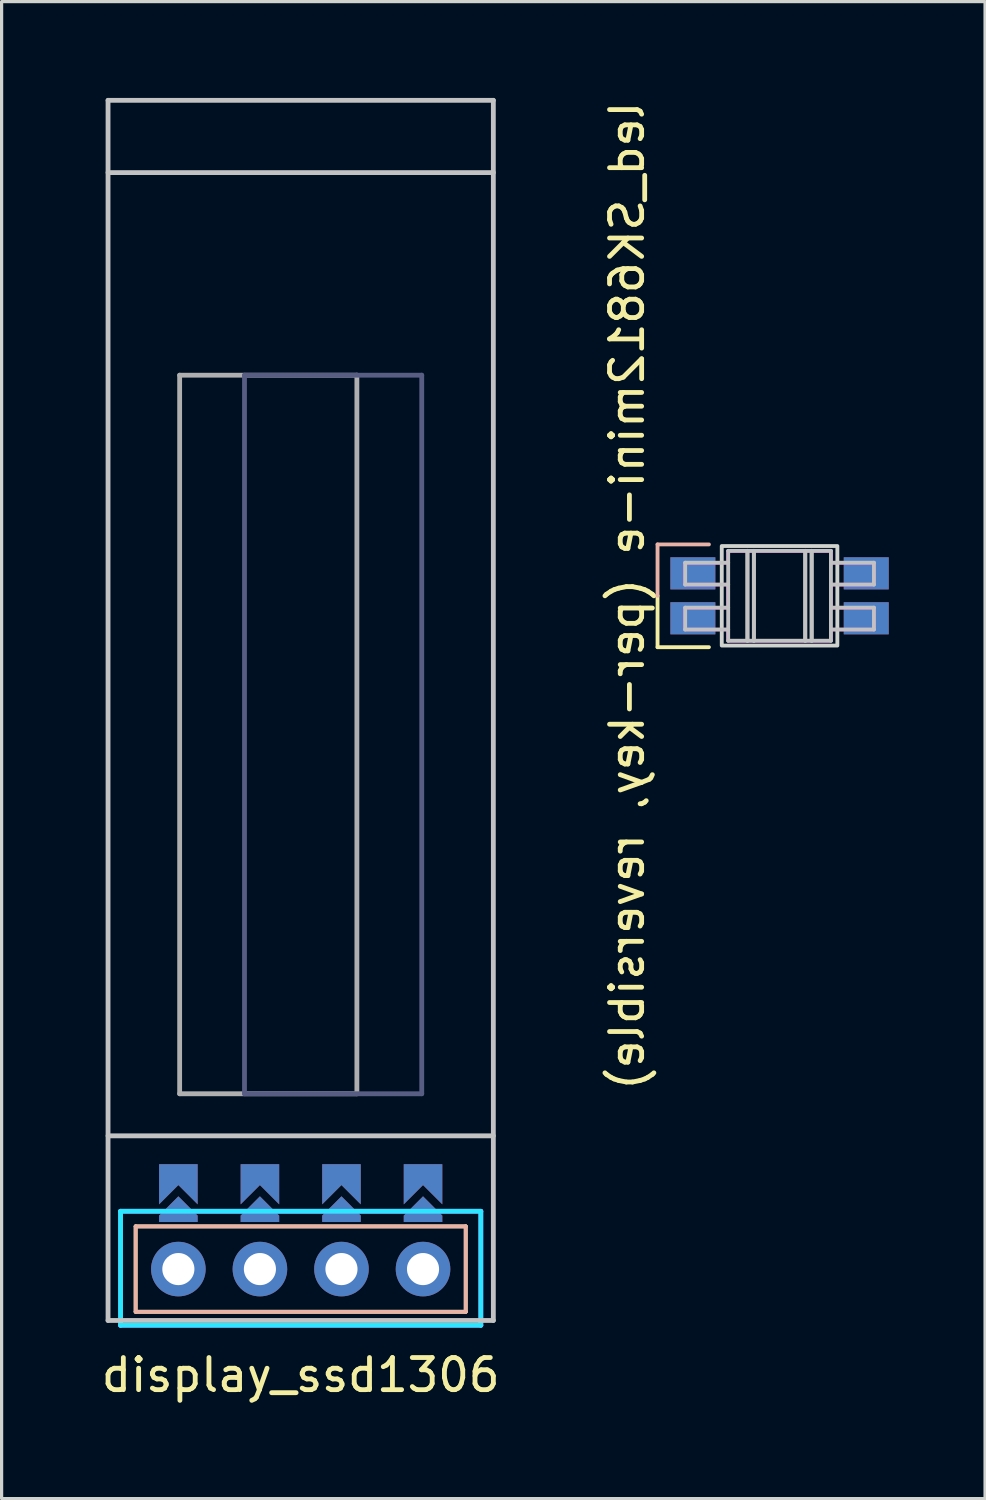
<source format=kicad_pcb>
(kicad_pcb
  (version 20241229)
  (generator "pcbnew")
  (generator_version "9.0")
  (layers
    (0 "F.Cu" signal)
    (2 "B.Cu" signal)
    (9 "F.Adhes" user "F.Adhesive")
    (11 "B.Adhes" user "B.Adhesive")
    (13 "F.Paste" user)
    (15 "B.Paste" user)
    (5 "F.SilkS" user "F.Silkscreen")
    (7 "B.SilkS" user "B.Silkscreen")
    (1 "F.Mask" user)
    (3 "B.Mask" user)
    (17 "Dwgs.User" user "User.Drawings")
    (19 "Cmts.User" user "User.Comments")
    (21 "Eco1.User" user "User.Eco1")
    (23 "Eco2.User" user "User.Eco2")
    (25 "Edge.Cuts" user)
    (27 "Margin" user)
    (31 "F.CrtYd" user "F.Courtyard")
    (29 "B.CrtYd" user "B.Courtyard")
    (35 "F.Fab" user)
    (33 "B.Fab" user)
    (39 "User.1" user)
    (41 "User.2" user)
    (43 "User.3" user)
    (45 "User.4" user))
  (footprint "display_ssd1306"
    (layer "F.Cu")
    (at 6.315 19.775)
    (property "Reference" "display_ssd1306" (at 0 20 0) (layer "F.SilkS") (effects (font (size 1 1) (thickness 0.15))))
    (attr exclude_from_pos_files exclude_from_bom)
    (fp_line (start -5.14 15.37) (end -5.14 18.03) (stroke (width 0.12) (type solid)) (layer "F.SilkS"))
    (fp_line (start 5.14 15.37) (end -5.14 15.37) (stroke (width 0.12) (type solid)) (layer "F.SilkS"))
    (fp_line (start 5.14 15.37) (end 5.14 18.03) (stroke (width 0.12) (type solid)) (layer "F.SilkS"))
    (fp_line (start 5.14 18.03) (end -5.14 18.03) (stroke (width 0.12) (type solid)) (layer "F.SilkS"))
    (fp_line (start -5.14 15.37) (end -5.14 18.03) (stroke (width 0.12) (type solid)) (layer "B.SilkS"))
    (fp_line (start 5.14 15.37) (end -5.14 15.37) (stroke (width 0.12) (type solid)) (layer "B.SilkS"))
    (fp_line (start 5.14 15.37) (end 5.14 18.03) (stroke (width 0.12) (type solid)) (layer "B.SilkS"))
    (fp_line (start 5.14 18.03) (end -5.14 18.03) (stroke (width 0.12) (type solid)) (layer "B.SilkS"))
    (fp_line (start -6 -19.7) (end -6 18.3) (stroke (width 0.15) (type solid)) (layer "Dwgs.User"))
    (fp_line (start -6 -19.7) (end 6 -19.7) (stroke (width 0.15) (type solid)) (layer "Dwgs.User"))
    (fp_line (start -6 -17.45) (end 6 -17.45) (stroke (width 0.15) (type solid)) (layer "Dwgs.User"))
    (fp_line (start -6 12.55) (end 6 12.55) (stroke (width 0.15) (type solid)) (layer "Dwgs.User"))
    (fp_line (start -6 18.3) (end 6 18.3) (stroke (width 0.15) (type solid)) (layer "Dwgs.User"))
    (fp_line (start 6 -19.7) (end 6 18.3) (stroke (width 0.15) (type solid)) (layer "Dwgs.User"))
    (fp_line (start -5.61 14.9) (end 5.61 14.9) (stroke (width 0.15) (type solid)) (layer "B.CrtYd"))
    (fp_line (start -5.61 18.45) (end -5.61 14.9) (stroke (width 0.15) (type solid)) (layer "B.CrtYd"))
    (fp_line (start 5.61 14.9) (end 5.61 18.45) (stroke (width 0.15) (type solid)) (layer "B.CrtYd"))
    (fp_line (start 5.61 18.45) (end -5.61 18.45) (stroke (width 0.15) (type solid)) (layer "B.CrtYd"))
    (fp_line (start -5.61 14.9) (end 5.61 14.9) (stroke (width 0.15) (type solid)) (layer "F.CrtYd"))
    (fp_line (start -5.61 18.45) (end -5.61 14.9) (stroke (width 0.15) (type solid)) (layer "F.CrtYd"))
    (fp_line (start 5.61 14.9) (end 5.61 18.45) (stroke (width 0.15) (type solid)) (layer "F.CrtYd"))
    (fp_line (start 5.61 18.45) (end -5.61 18.45) (stroke (width 0.15) (type solid)) (layer "F.CrtYd"))
    (fp_line (start -1.75 -11.14) (end -1.75 11.24) (stroke (width 0.15) (type solid)) (layer "B.Fab"))
    (fp_line (start 3.77 -11.14) (end -1.75 -11.14) (stroke (width 0.15) (type solid)) (layer "B.Fab"))
    (fp_line (start 3.77 -11.14) (end 3.77 11.24) (stroke (width 0.15) (type solid)) (layer "B.Fab"))
    (fp_line (start 3.77 11.24) (end -1.75 11.24) (stroke (width 0.15) (type solid)) (layer "B.Fab"))
    (fp_line (start -3.77 -11.14) (end -3.77 11.24) (stroke (width 0.15) (type solid)) (layer "F.Fab"))
    (fp_line (start -3.77 -11.14) (end 1.75 -11.14) (stroke (width 0.15) (type solid)) (layer "F.Fab"))
    (fp_line (start -3.77 11.24) (end 1.75 11.24) (stroke (width 0.15) (type solid)) (layer "F.Fab"))
    (fp_line (start 1.75 -11.14) (end 1.75 11.24) (stroke (width 0.15) (type solid)) (layer "F.Fab"))
    (pad "1" smd custom (at -3.81 13.684 180) (size 1.2 0.5) (layers "B.Cu" "B.Mask" "B.Paste") (options (anchor rect)) (primitives (gr_poly (pts (xy 0.6 0) (xy -0.6 0) (xy -0.6 -1) (xy 0 -0.4) (xy 0.6 -1)) (width 0) (fill yes))))
    (pad "1" smd custom (at 3.81 13.684 180) (size 1.2 0.5) (layers "F.Cu" "F.Mask" "F.Paste") (options (anchor rect)) (primitives (gr_poly (pts (xy 0.6 0) (xy -0.6 0) (xy -0.6 -1) (xy 0 -0.4) (xy 0.6 -1)) (width 0) (fill yes))))
    (pad "2" smd custom (at -1.27 13.684 180) (size 1.2 0.5) (layers "B.Cu" "B.Mask" "B.Paste") (options (anchor rect)) (primitives (gr_poly (pts (xy 0.6 0) (xy -0.6 0) (xy -0.6 -1) (xy 0 -0.4) (xy 0.6 -1)) (width 0) (fill yes))))
    (pad "2" smd custom (at 1.27 13.684 180) (size 1.2 0.5) (layers "F.Cu" "F.Mask" "F.Paste") (options (anchor rect)) (primitives (gr_poly (pts (xy 0.6 0) (xy -0.6 0) (xy -0.6 -1) (xy 0 -0.4) (xy 0.6 -1)) (width 0) (fill yes))))
    (pad "3" smd custom (at -1.27 13.684 180) (size 1.2 0.5) (layers "F.Cu" "F.Mask" "F.Paste") (options (anchor rect)) (primitives (gr_poly (pts (xy 0.6 0) (xy -0.6 0) (xy -0.6 -1) (xy 0 -0.4) (xy 0.6 -1)) (width 0) (fill yes))))
    (pad "3" smd custom (at 1.27 13.684 180) (size 1.2 0.5) (layers "B.Cu" "B.Mask" "B.Paste") (options (anchor rect)) (primitives (gr_poly (pts (xy 0.6 0) (xy -0.6 0) (xy -0.6 -1) (xy 0 -0.4) (xy 0.6 -1)) (width 0) (fill yes))))
    (pad "4" smd custom (at -3.81 13.684 180) (size 1.2 0.5) (layers "F.Cu" "F.Mask" "F.Paste") (options (anchor rect)) (primitives (gr_poly (pts (xy 0.6 0) (xy -0.6 0) (xy -0.6 -1) (xy 0 -0.4) (xy 0.6 -1)) (width 0) (fill yes))))
    (pad "4" smd custom (at 3.81 13.684 180) (size 1.2 0.5) (layers "B.Cu" "B.Mask" "B.Paste") (options (anchor rect)) (primitives (gr_poly (pts (xy 0.6 0) (xy -0.6 0) (xy -0.6 -1) (xy 0 -0.4) (xy 0.6 -1)) (width 0) (fill yes))))
    (pad "21" smd custom (at -3.81 14.834 180) (size 0.1 0.1) (layers "F.Cu" "F.Mask" "F.Paste") (options (anchor rect)) (primitives (gr_poly (pts (xy 0.6 -0.4) (xy -0.6 -0.4) (xy -0.6 -0.2) (xy 0 0.4) (xy 0.6 -0.2)) (width 0) (fill yes))))
    (pad "21" smd custom (at -3.81 14.834 180) (size 0.1 0.1) (layers "B.Cu" "B.Mask" "B.Paste") (options (anchor rect)) (primitives (gr_poly (pts (xy 0.6 -0.4) (xy -0.6 -0.4) (xy -0.6 -0.2) (xy 0 0.4) (xy 0.6 -0.2)) (width 0) (fill yes))))
    (pad "21" thru_hole circle (at -3.81 16.7 270) (size 1.7 1.7) (drill 1) (layers "*.Cu" "*.Mask"))
    (pad "22" smd custom (at -1.27 14.834 180) (size 0.1 0.1) (layers "F.Cu" "F.Mask" "F.Paste") (options (anchor rect)) (primitives (gr_poly (pts (xy 0.6 -0.4) (xy -0.6 -0.4) (xy -0.6 -0.2) (xy 0 0.4) (xy 0.6 -0.2)) (width 0) (fill yes))))
    (pad "22" smd custom (at -1.27 14.834 180) (size 0.1 0.1) (layers "B.Cu" "B.Mask" "B.Paste") (options (anchor rect)) (primitives (gr_poly (pts (xy 0.6 -0.4) (xy -0.6 -0.4) (xy -0.6 -0.2) (xy 0 0.4) (xy 0.6 -0.2)) (width 0) (fill yes))))
    (pad "22" thru_hole circle (at -1.27 16.7 270) (size 1.7 1.7) (drill 1) (layers "*.Cu" "*.Mask"))
    (pad "23" smd custom (at 1.27 14.834 180) (size 0.1 0.1) (layers "F.Cu" "F.Mask" "F.Paste") (options (anchor rect)) (primitives (gr_poly (pts (xy 0.6 -0.4) (xy -0.6 -0.4) (xy -0.6 -0.2) (xy 0 0.4) (xy 0.6 -0.2)) (width 0) (fill yes))))
    (pad "23" smd custom (at 1.27 14.834 180) (size 0.1 0.1) (layers "B.Cu" "B.Mask" "B.Paste") (options (anchor rect)) (primitives (gr_poly (pts (xy 0.6 -0.4) (xy -0.6 -0.4) (xy -0.6 -0.2) (xy 0 0.4) (xy 0.6 -0.2)) (width 0) (fill yes))))
    (pad "23" thru_hole circle (at 1.27 16.7 270) (size 1.7 1.7) (drill 1) (layers "*.Cu" "*.Mask"))
    (pad "24" smd custom (at 3.81 14.834 180) (size 0.1 0.1) (layers "F.Cu" "F.Mask" "F.Paste") (options (anchor rect)) (primitives (gr_poly (pts (xy 0.6 -0.4) (xy -0.6 -0.4) (xy -0.6 -0.2) (xy 0 0.4) (xy 0.6 -0.2)) (width 0) (fill yes))))
    (pad "24" smd custom (at 3.81 14.834 180) (size 0.1 0.1) (layers "B.Cu" "B.Mask" "B.Paste") (options (anchor rect)) (primitives (gr_poly (pts (xy 0.6 -0.4) (xy -0.6 -0.4) (xy -0.6 -0.2) (xy 0 0.4) (xy 0.6 -0.2)) (width 0) (fill yes))))
    (pad "24" thru_hole circle (at 3.81 16.7 270) (size 1.7 1.7) (drill 1) (layers "*.Cu" "*.Mask")))
  (footprint "led_SK6812mini-e (per-key, reversible)"
    (layer "F.Cu")
    (at 21.229 15.506)
    (property "Reference" "led_SK6812mini-e (per-key, reversible)" (at -4.75 0 90) (layer "F.SilkS") (effects (font (size 1 1) (thickness 0.15)) (justify mirror)))
    (attr smd exclude_from_pos_files exclude_from_bom)
    (fp_line (start -3.8 1.6) (end -3.8 0) (stroke (width 0.12) (type solid)) (layer "F.SilkS"))
    (fp_line (start -2.2 1.6) (end -3.8 1.6) (stroke (width 0.12) (type solid)) (layer "F.SilkS"))
    (fp_line (start -3.8 -1.6) (end -3.8 0) (stroke (width 0.12) (type solid)) (layer "B.SilkS"))
    (fp_line (start -2.2 -1.6) (end -3.8 -1.6) (stroke (width 0.12) (type solid)) (layer "B.SilkS"))
    (fp_line (start -2.94 -1.03) (end -2.94 -0.35) (stroke (width 0.12) (type solid)) (layer "Dwgs.User"))
    (fp_line (start -2.94 -0.35) (end -1.6 -0.35) (stroke (width 0.12) (type solid)) (layer "Dwgs.User"))
    (fp_line (start -2.94 0.37) (end -2.94 1.05) (stroke (width 0.12) (type solid)) (layer "Dwgs.User"))
    (fp_line (start -2.94 1.05) (end -1.6 1.05) (stroke (width 0.12) (type solid)) (layer "Dwgs.User"))
    (fp_line (start -1.6 -1.4) (end -1.6 1.4) (stroke (width 0.12) (type solid)) (layer "Dwgs.User"))
    (fp_line (start -1.6 -1.03) (end -2.94 -1.03) (stroke (width 0.12) (type solid)) (layer "Dwgs.User"))
    (fp_line (start -1.6 0.37) (end -2.94 0.37) (stroke (width 0.12) (type solid)) (layer "Dwgs.User"))
    (fp_line (start -1 -1.4) (end -1 1.4) (stroke (width 0.12) (type solid)) (layer "Dwgs.User"))
    (fp_line (start -1 -1.4) (end -1 1.4) (stroke (width 0.12) (type solid)) (layer "Dwgs.User"))
    (fp_line (start -0.8 -1.4) (end -0.8 1.4) (stroke (width 0.12) (type solid)) (layer "Dwgs.User"))
    (fp_line (start -0.8 -1.4) (end -0.8 1.4) (stroke (width 0.12) (type solid)) (layer "Dwgs.User"))
    (fp_line (start 0.8 -1.4) (end 0.8 1.4) (stroke (width 0.12) (type solid)) (layer "Dwgs.User"))
    (fp_line (start 0.8 -1.4) (end 0.8 1.4) (stroke (width 0.12) (type solid)) (layer "Dwgs.User"))
    (fp_line (start 1 -1.4) (end 1 1.4) (stroke (width 0.12) (type solid)) (layer "Dwgs.User"))
    (fp_line (start 1 -1.4) (end 1 1.4) (stroke (width 0.12) (type solid)) (layer "Dwgs.User"))
    (fp_line (start 1.6 -1.4) (end -1.6 -1.4) (stroke (width 0.12) (type solid)) (layer "Dwgs.User"))
    (fp_line (start 1.6 -1.4) (end 1.6 1.4) (stroke (width 0.12) (type solid)) (layer "Dwgs.User"))
    (fp_line (start 1.6 -0.35) (end 2.94 -0.35) (stroke (width 0.12) (type solid)) (layer "Dwgs.User"))
    (fp_line (start 1.6 1.05) (end 2.94 1.05) (stroke (width 0.12) (type solid)) (layer "Dwgs.User"))
    (fp_line (start 1.6 1.4) (end -1.6 1.4) (stroke (width 0.12) (type solid)) (layer "Dwgs.User"))
    (fp_line (start 2.94 -1.03) (end 1.6 -1.03) (stroke (width 0.12) (type solid)) (layer "Dwgs.User"))
    (fp_line (start 2.94 -0.35) (end 2.94 -1.03) (stroke (width 0.12) (type solid)) (layer "Dwgs.User"))
    (fp_line (start 2.94 0.37) (end 1.6 0.37) (stroke (width 0.12) (type solid)) (layer "Dwgs.User"))
    (fp_line (start 2.94 1.05) (end 2.94 0.37) (stroke (width 0.12) (type solid)) (layer "Dwgs.User"))
    (fp_rect (start -1.8 1.55) (end 1.8 -1.55) (stroke (width 0.12) (type solid)) (fill no) (layer "Edge.Cuts"))
    (fp_poly (pts (xy 1.6 1.05) (xy 2.94 1.05) (xy 2.94 0.37) (xy 1.6 0.37) (xy 1.6 -0.35) (xy 2.94 -0.35) (xy 2.94 -1.03) (xy 1.6 -1.03) (xy 1.6 -1.4) (xy -1.6 -1.4) (xy -1.6 -1.03) (xy -2.94 -1.03) (xy -2.94 -0.35) (xy -1.6 -0.35) (xy -1.6 0.37) (xy -2.94 0.37) (xy -2.94 1.05) (xy -1.6 1.05) (xy -1.6 1.4) (xy 1.6 1.4)) (stroke (width 0.1) (type solid)) (fill no) (layer "F.CrtYd"))
    (fp_poly (pts (xy 1.6 1.05) (xy 2.94 1.05) (xy 2.94 0.37) (xy 1.6 0.37) (xy 1.6 -0.35) (xy 2.94 -0.35) (xy 2.94 -1.03) (xy 1.6 -1.03) (xy 1.6 -1.4) (xy -1.6 -1.4) (xy -1.6 -1.03) (xy -2.94 -1.03) (xy -2.94 -0.35) (xy -1.6 -0.35) (xy -1.6 0.37) (xy -2.94 0.37) (xy -2.94 1.05) (xy -1.6 1.05) (xy -1.6 1.4) (xy 1.6 1.4)) (stroke (width 0.1) (type solid)) (fill no) (layer "F.CrtYd"))
    (pad "1" smd rect (at 2.7 -0.7) (size 1.4 1) (layers "B.Cu" "B.Mask" "B.Paste"))
    (pad "1" smd rect (at 2.7 0.7) (size 1.4 1) (layers "F.Cu" "F.Mask" "F.Paste"))
    (pad "2" smd rect (at -2.7 -0.7) (size 1.4 1) (layers "B.Cu" "B.Mask" "B.Paste"))
    (pad "2" smd rect (at -2.7 0.7) (size 1.4 1) (layers "F.Cu" "F.Mask" "F.Paste"))
    (pad "3" smd rect (at -2.7 -0.7) (size 1.4 1) (layers "F.Cu" "F.Mask" "F.Paste"))
    (pad "3" smd rect (at -2.7 0.7) (size 1.4 1) (layers "B.Cu" "B.Mask" "B.Paste"))
    (pad "4" smd rect (at 2.7 -0.7) (size 1.4 1) (layers "F.Cu" "F.Mask" "F.Paste"))
    (pad "4" smd rect (at 2.7 0.7) (size 1.4 1) (layers "B.Cu" "B.Mask" "B.Paste")))
  (gr_rect
    (start -3 -3)
    (end 27.629 43.623)
    (stroke (width 0.1) (type default))
    (fill no)
    (layer "Edge.Cuts")))
</source>
